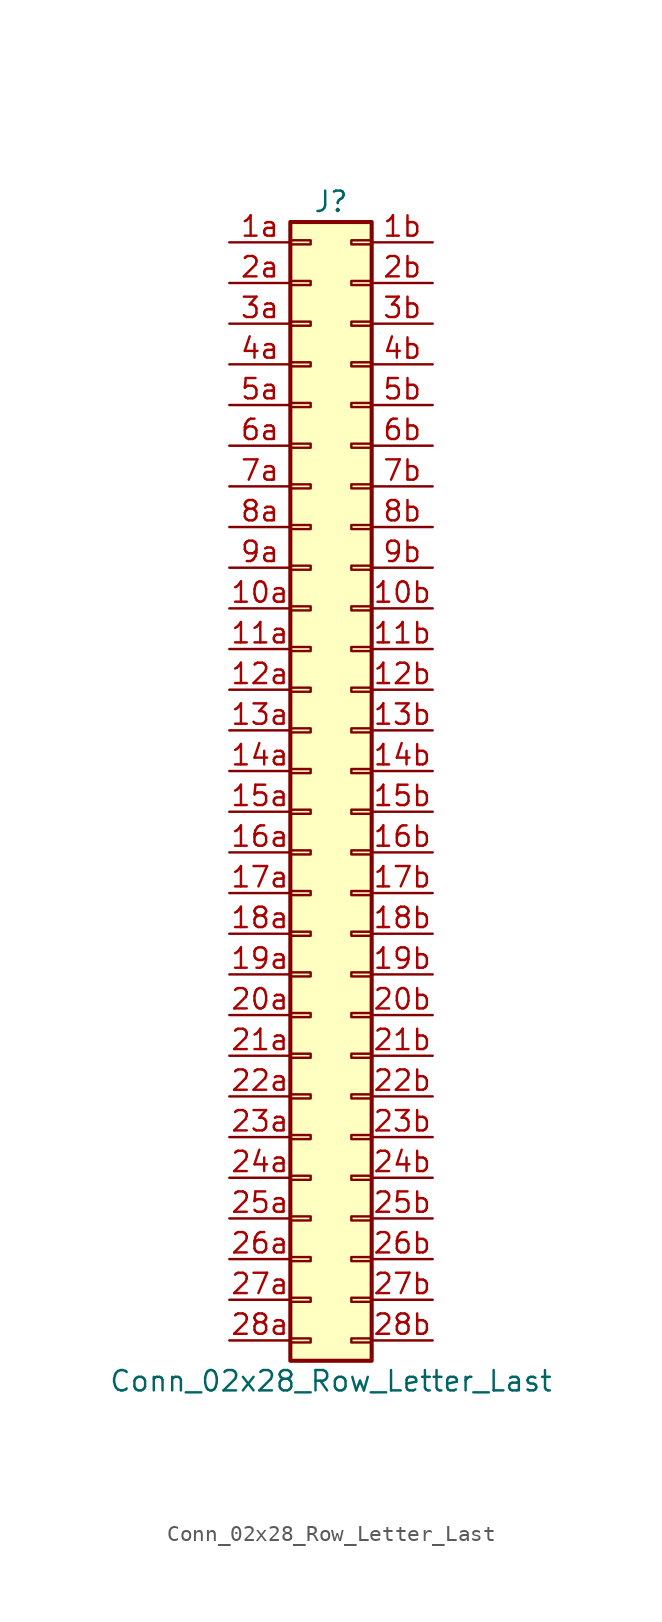
<source format=kicad_sym>
(kicad_symbol_lib
  (version 20211014)
  (generator kicad_symbol_editor)
  (symbol "Conn_02x28_Row_Letter_Last"
    (pin_names
      (offset 1.016) hide)
    (property "Reference" "J"
      (at 1.27 35.56 0)
      (effects (font (size 1.27 1.27))))
    (property "Value" "Conn_02x28_Row_Letter_Last"
      (at 1.27 -38.1 0)
      (effects (font (size 1.27 1.27))))
    (symbol "Conn_02x28_Row_Letter_Last_1_1"
      (rectangle (start -1.27 -35.433) (end 0 -35.687) (stroke (width 0.152) (type default) (color 0 0 0 0)) (fill (type none)))
      (rectangle (start -1.27 -32.893) (end 0 -33.147) (stroke (width 0.152) (type default) (color 0 0 0 0)) (fill (type none)))
      (rectangle (start -1.27 -30.353) (end 0 -30.607) (stroke (width 0.152) (type default) (color 0 0 0 0)) (fill (type none)))
      (rectangle (start -1.27 -27.813) (end 0 -28.067) (stroke (width 0.152) (type default) (color 0 0 0 0)) (fill (type none)))
      (rectangle (start -1.27 -25.273) (end 0 -25.527) (stroke (width 0.152) (type default) (color 0 0 0 0)) (fill (type none)))
      (rectangle (start -1.27 -22.733) (end 0 -22.987) (stroke (width 0.152) (type default) (color 0 0 0 0)) (fill (type none)))
      (rectangle (start -1.27 -20.193) (end 0 -20.447) (stroke (width 0.152) (type default) (color 0 0 0 0)) (fill (type none)))
      (rectangle (start -1.27 -17.653) (end 0 -17.907) (stroke (width 0.152) (type default) (color 0 0 0 0)) (fill (type none)))
      (rectangle (start -1.27 -15.113) (end 0 -15.367) (stroke (width 0.152) (type default) (color 0 0 0 0)) (fill (type none)))
      (rectangle (start -1.27 -12.573) (end 0 -12.827) (stroke (width 0.152) (type default) (color 0 0 0 0)) (fill (type none)))
      (rectangle (start -1.27 -10.033) (end 0 -10.287) (stroke (width 0.152) (type default) (color 0 0 0 0)) (fill (type none)))
      (rectangle (start -1.27 -7.493) (end 0 -7.747) (stroke (width 0.152) (type default) (color 0 0 0 0)) (fill (type none)))
      (rectangle (start -1.27 -4.953) (end 0 -5.207) (stroke (width 0.152) (type default) (color 0 0 0 0)) (fill (type none)))
      (rectangle (start -1.27 -2.413) (end 0 -2.667) (stroke (width 0.152) (type default) (color 0 0 0 0)) (fill (type none)))
      (rectangle (start -1.27 0.127) (end 0 -0.127) (stroke (width 0.152) (type default) (color 0 0 0 0)) (fill (type none)))
      (rectangle (start -1.27 2.667) (end 0 2.413) (stroke (width 0.152) (type default) (color 0 0 0 0)) (fill (type none)))
      (rectangle (start -1.27 5.207) (end 0 4.953) (stroke (width 0.152) (type default) (color 0 0 0 0)) (fill (type none)))
      (rectangle (start -1.27 7.747) (end 0 7.493) (stroke (width 0.152) (type default) (color 0 0 0 0)) (fill (type none)))
      (rectangle (start -1.27 10.287) (end 0 10.033) (stroke (width 0.152) (type default) (color 0 0 0 0)) (fill (type none)))
      (rectangle (start -1.27 12.827) (end 0 12.573) (stroke (width 0.152) (type default) (color 0 0 0 0)) (fill (type none)))
      (rectangle (start -1.27 15.367) (end 0 15.113) (stroke (width 0.152) (type default) (color 0 0 0 0)) (fill (type none)))
      (rectangle (start -1.27 17.907) (end 0 17.653) (stroke (width 0.152) (type default) (color 0 0 0 0)) (fill (type none)))
      (rectangle (start -1.27 20.447) (end 0 20.193) (stroke (width 0.152) (type default) (color 0 0 0 0)) (fill (type none)))
      (rectangle (start -1.27 22.987) (end 0 22.733) (stroke (width 0.152) (type default) (color 0 0 0 0)) (fill (type none)))
      (rectangle (start -1.27 25.527) (end 0 25.273) (stroke (width 0.152) (type default) (color 0 0 0 0)) (fill (type none)))
      (rectangle (start -1.27 28.067) (end 0 27.813) (stroke (width 0.152) (type default) (color 0 0 0 0)) (fill (type none)))
      (rectangle (start -1.27 30.607) (end 0 30.353) (stroke (width 0.152) (type default) (color 0 0 0 0)) (fill (type none)))
      (rectangle (start -1.27 33.147) (end 0 32.893) (stroke (width 0.152) (type default) (color 0 0 0 0)) (fill (type none)))
      (rectangle (start -1.27 34.29) (end 3.81 -36.83) (stroke (width 0.254) (type default) (color 0 0 0 0)) (fill (type background)))
      (rectangle (start 3.81 -35.433) (end 2.54 -35.687) (stroke (width 0.152) (type default) (color 0 0 0 0)) (fill (type none)))
      (rectangle (start 3.81 -32.893) (end 2.54 -33.147) (stroke (width 0.152) (type default) (color 0 0 0 0)) (fill (type none)))
      (rectangle (start 3.81 -30.353) (end 2.54 -30.607) (stroke (width 0.152) (type default) (color 0 0 0 0)) (fill (type none)))
      (rectangle (start 3.81 -27.813) (end 2.54 -28.067) (stroke (width 0.152) (type default) (color 0 0 0 0)) (fill (type none)))
      (rectangle (start 3.81 -25.273) (end 2.54 -25.527) (stroke (width 0.152) (type default) (color 0 0 0 0)) (fill (type none)))
      (rectangle (start 3.81 -22.733) (end 2.54 -22.987) (stroke (width 0.152) (type default) (color 0 0 0 0)) (fill (type none)))
      (rectangle (start 3.81 -20.193) (end 2.54 -20.447) (stroke (width 0.152) (type default) (color 0 0 0 0)) (fill (type none)))
      (rectangle (start 3.81 -17.653) (end 2.54 -17.907) (stroke (width 0.152) (type default) (color 0 0 0 0)) (fill (type none)))
      (rectangle (start 3.81 -15.113) (end 2.54 -15.367) (stroke (width 0.152) (type default) (color 0 0 0 0)) (fill (type none)))
      (rectangle (start 3.81 -12.573) (end 2.54 -12.827) (stroke (width 0.152) (type default) (color 0 0 0 0)) (fill (type none)))
      (rectangle (start 3.81 -10.033) (end 2.54 -10.287) (stroke (width 0.152) (type default) (color 0 0 0 0)) (fill (type none)))
      (rectangle (start 3.81 -7.493) (end 2.54 -7.747) (stroke (width 0.152) (type default) (color 0 0 0 0)) (fill (type none)))
      (rectangle (start 3.81 -4.953) (end 2.54 -5.207) (stroke (width 0.152) (type default) (color 0 0 0 0)) (fill (type none)))
      (rectangle (start 3.81 -2.413) (end 2.54 -2.667) (stroke (width 0.152) (type default) (color 0 0 0 0)) (fill (type none)))
      (rectangle (start 3.81 0.127) (end 2.54 -0.127) (stroke (width 0.152) (type default) (color 0 0 0 0)) (fill (type none)))
      (rectangle (start 3.81 2.667) (end 2.54 2.413) (stroke (width 0.152) (type default) (color 0 0 0 0)) (fill (type none)))
      (rectangle (start 3.81 5.207) (end 2.54 4.953) (stroke (width 0.152) (type default) (color 0 0 0 0)) (fill (type none)))
      (rectangle (start 3.81 7.747) (end 2.54 7.493) (stroke (width 0.152) (type default) (color 0 0 0 0)) (fill (type none)))
      (rectangle (start 3.81 10.287) (end 2.54 10.033) (stroke (width 0.152) (type default) (color 0 0 0 0)) (fill (type none)))
      (rectangle (start 3.81 12.827) (end 2.54 12.573) (stroke (width 0.152) (type default) (color 0 0 0 0)) (fill (type none)))
      (rectangle (start 3.81 15.367) (end 2.54 15.113) (stroke (width 0.152) (type default) (color 0 0 0 0)) (fill (type none)))
      (rectangle (start 3.81 17.907) (end 2.54 17.653) (stroke (width 0.152) (type default) (color 0 0 0 0)) (fill (type none)))
      (rectangle (start 3.81 20.447) (end 2.54 20.193) (stroke (width 0.152) (type default) (color 0 0 0 0)) (fill (type none)))
      (rectangle (start 3.81 22.987) (end 2.54 22.733) (stroke (width 0.152) (type default) (color 0 0 0 0)) (fill (type none)))
      (rectangle (start 3.81 25.527) (end 2.54 25.273) (stroke (width 0.152) (type default) (color 0 0 0 0)) (fill (type none)))
      (rectangle (start 3.81 28.067) (end 2.54 27.813) (stroke (width 0.152) (type default) (color 0 0 0 0)) (fill (type none)))
      (rectangle (start 3.81 30.607) (end 2.54 30.353) (stroke (width 0.152) (type default) (color 0 0 0 0)) (fill (type none)))
      (rectangle (start 3.81 33.147) (end 2.54 32.893) (stroke (width 0.152) (type default) (color 0 0 0 0)) (fill (type none)))
      (pin passive line (at -5.08 10.16 0) (length 3.81) (name "Pin_10a" (effects (font (size 1.27 1.27)))) (number "10a" (effects (font (size 1.27 1.27)))))
      (pin passive line (at 7.62 10.16 180) (length 3.81) (name "Pin_10b" (effects (font (size 1.27 1.27)))) (number "10b" (effects (font (size 1.27 1.27)))))
      (pin passive line (at -5.08 7.62 0) (length 3.81) (name "Pin_11a" (effects (font (size 1.27 1.27)))) (number "11a" (effects (font (size 1.27 1.27)))))
      (pin passive line (at 7.62 7.62 180) (length 3.81) (name "Pin_11b" (effects (font (size 1.27 1.27)))) (number "11b" (effects (font (size 1.27 1.27)))))
      (pin passive line (at -5.08 5.08 0) (length 3.81) (name "Pin_12a" (effects (font (size 1.27 1.27)))) (number "12a" (effects (font (size 1.27 1.27)))))
      (pin passive line (at 7.62 5.08 180) (length 3.81) (name "Pin_12b" (effects (font (size 1.27 1.27)))) (number "12b" (effects (font (size 1.27 1.27)))))
      (pin passive line (at -5.08 2.54 0) (length 3.81) (name "Pin_13a" (effects (font (size 1.27 1.27)))) (number "13a" (effects (font (size 1.27 1.27)))))
      (pin passive line (at 7.62 2.54 180) (length 3.81) (name "Pin_13b" (effects (font (size 1.27 1.27)))) (number "13b" (effects (font (size 1.27 1.27)))))
      (pin passive line (at -5.08 0 0) (length 3.81) (name "Pin_14a" (effects (font (size 1.27 1.27)))) (number "14a" (effects (font (size 1.27 1.27)))))
      (pin passive line (at 7.62 0 180) (length 3.81) (name "Pin_14b" (effects (font (size 1.27 1.27)))) (number "14b" (effects (font (size 1.27 1.27)))))
      (pin passive line (at -5.08 -2.54 0) (length 3.81) (name "Pin_15a" (effects (font (size 1.27 1.27)))) (number "15a" (effects (font (size 1.27 1.27)))))
      (pin passive line (at 7.62 -2.54 180) (length 3.81) (name "Pin_15b" (effects (font (size 1.27 1.27)))) (number "15b" (effects (font (size 1.27 1.27)))))
      (pin passive line (at -5.08 -5.08 0) (length 3.81) (name "Pin_16a" (effects (font (size 1.27 1.27)))) (number "16a" (effects (font (size 1.27 1.27)))))
      (pin passive line (at 7.62 -5.08 180) (length 3.81) (name "Pin_16b" (effects (font (size 1.27 1.27)))) (number "16b" (effects (font (size 1.27 1.27)))))
      (pin passive line (at -5.08 -7.62 0) (length 3.81) (name "Pin_17a" (effects (font (size 1.27 1.27)))) (number "17a" (effects (font (size 1.27 1.27)))))
      (pin passive line (at 7.62 -7.62 180) (length 3.81) (name "Pin_17b" (effects (font (size 1.27 1.27)))) (number "17b" (effects (font (size 1.27 1.27)))))
      (pin passive line (at -5.08 -10.16 0) (length 3.81) (name "Pin_18a" (effects (font (size 1.27 1.27)))) (number "18a" (effects (font (size 1.27 1.27)))))
      (pin passive line (at 7.62 -10.16 180) (length 3.81) (name "Pin_18b" (effects (font (size 1.27 1.27)))) (number "18b" (effects (font (size 1.27 1.27)))))
      (pin passive line (at -5.08 -12.7 0) (length 3.81) (name "Pin_19a" (effects (font (size 1.27 1.27)))) (number "19a" (effects (font (size 1.27 1.27)))))
      (pin passive line (at 7.62 -12.7 180) (length 3.81) (name "Pin_19b" (effects (font (size 1.27 1.27)))) (number "19b" (effects (font (size 1.27 1.27)))))
      (pin passive line (at -5.08 33.02 0) (length 3.81) (name "Pin_1a" (effects (font (size 1.27 1.27)))) (number "1a" (effects (font (size 1.27 1.27)))))
      (pin passive line (at 7.62 33.02 180) (length 3.81) (name "Pin_1b" (effects (font (size 1.27 1.27)))) (number "1b" (effects (font (size 1.27 1.27)))))
      (pin passive line (at -5.08 -15.24 0) (length 3.81) (name "Pin_20a" (effects (font (size 1.27 1.27)))) (number "20a" (effects (font (size 1.27 1.27)))))
      (pin passive line (at 7.62 -15.24 180) (length 3.81) (name "Pin_20b" (effects (font (size 1.27 1.27)))) (number "20b" (effects (font (size 1.27 1.27)))))
      (pin passive line (at -5.08 -17.78 0) (length 3.81) (name "Pin_21a" (effects (font (size 1.27 1.27)))) (number "21a" (effects (font (size 1.27 1.27)))))
      (pin passive line (at 7.62 -17.78 180) (length 3.81) (name "Pin_21b" (effects (font (size 1.27 1.27)))) (number "21b" (effects (font (size 1.27 1.27)))))
      (pin passive line (at -5.08 -20.32 0) (length 3.81) (name "Pin_22a" (effects (font (size 1.27 1.27)))) (number "22a" (effects (font (size 1.27 1.27)))))
      (pin passive line (at 7.62 -20.32 180) (length 3.81) (name "Pin_22b" (effects (font (size 1.27 1.27)))) (number "22b" (effects (font (size 1.27 1.27)))))
      (pin passive line (at -5.08 -22.86 0) (length 3.81) (name "Pin_23a" (effects (font (size 1.27 1.27)))) (number "23a" (effects (font (size 1.27 1.27)))))
      (pin passive line (at 7.62 -22.86 180) (length 3.81) (name "Pin_23b" (effects (font (size 1.27 1.27)))) (number "23b" (effects (font (size 1.27 1.27)))))
      (pin passive line (at -5.08 -25.4 0) (length 3.81) (name "Pin_24a" (effects (font (size 1.27 1.27)))) (number "24a" (effects (font (size 1.27 1.27)))))
      (pin passive line (at 7.62 -25.4 180) (length 3.81) (name "Pin_24b" (effects (font (size 1.27 1.27)))) (number "24b" (effects (font (size 1.27 1.27)))))
      (pin passive line (at -5.08 -27.94 0) (length 3.81) (name "Pin_25a" (effects (font (size 1.27 1.27)))) (number "25a" (effects (font (size 1.27 1.27)))))
      (pin passive line (at 7.62 -27.94 180) (length 3.81) (name "Pin_25b" (effects (font (size 1.27 1.27)))) (number "25b" (effects (font (size 1.27 1.27)))))
      (pin passive line (at -5.08 -30.48 0) (length 3.81) (name "Pin_26a" (effects (font (size 1.27 1.27)))) (number "26a" (effects (font (size 1.27 1.27)))))
      (pin passive line (at 7.62 -30.48 180) (length 3.81) (name "Pin_26b" (effects (font (size 1.27 1.27)))) (number "26b" (effects (font (size 1.27 1.27)))))
      (pin passive line (at -5.08 -33.02 0) (length 3.81) (name "Pin_27a" (effects (font (size 1.27 1.27)))) (number "27a" (effects (font (size 1.27 1.27)))))
      (pin passive line (at 7.62 -33.02 180) (length 3.81) (name "Pin_27b" (effects (font (size 1.27 1.27)))) (number "27b" (effects (font (size 1.27 1.27)))))
      (pin passive line (at -5.08 -35.56 0) (length 3.81) (name "Pin_28a" (effects (font (size 1.27 1.27)))) (number "28a" (effects (font (size 1.27 1.27)))))
      (pin passive line (at 7.62 -35.56 180) (length 3.81) (name "Pin_28b" (effects (font (size 1.27 1.27)))) (number "28b" (effects (font (size 1.27 1.27)))))
      (pin passive line (at -5.08 30.48 0) (length 3.81) (name "Pin_2a" (effects (font (size 1.27 1.27)))) (number "2a" (effects (font (size 1.27 1.27)))))
      (pin passive line (at 7.62 30.48 180) (length 3.81) (name "Pin_2b" (effects (font (size 1.27 1.27)))) (number "2b" (effects (font (size 1.27 1.27)))))
      (pin passive line (at -5.08 27.94 0) (length 3.81) (name "Pin_3a" (effects (font (size 1.27 1.27)))) (number "3a" (effects (font (size 1.27 1.27)))))
      (pin passive line (at 7.62 27.94 180) (length 3.81) (name "Pin_3b" (effects (font (size 1.27 1.27)))) (number "3b" (effects (font (size 1.27 1.27)))))
      (pin passive line (at -5.08 25.4 0) (length 3.81) (name "Pin_4a" (effects (font (size 1.27 1.27)))) (number "4a" (effects (font (size 1.27 1.27)))))
      (pin passive line (at 7.62 25.4 180) (length 3.81) (name "Pin_4b" (effects (font (size 1.27 1.27)))) (number "4b" (effects (font (size 1.27 1.27)))))
      (pin passive line (at -5.08 22.86 0) (length 3.81) (name "Pin_5a" (effects (font (size 1.27 1.27)))) (number "5a" (effects (font (size 1.27 1.27)))))
      (pin passive line (at 7.62 22.86 180) (length 3.81) (name "Pin_5b" (effects (font (size 1.27 1.27)))) (number "5b" (effects (font (size 1.27 1.27)))))
      (pin passive line (at -5.08 20.32 0) (length 3.81) (name "Pin_6a" (effects (font (size 1.27 1.27)))) (number "6a" (effects (font (size 1.27 1.27)))))
      (pin passive line (at 7.62 20.32 180) (length 3.81) (name "Pin_6b" (effects (font (size 1.27 1.27)))) (number "6b" (effects (font (size 1.27 1.27)))))
      (pin passive line (at -5.08 17.78 0) (length 3.81) (name "Pin_7a" (effects (font (size 1.27 1.27)))) (number "7a" (effects (font (size 1.27 1.27)))))
      (pin passive line (at 7.62 17.78 180) (length 3.81) (name "Pin_7b" (effects (font (size 1.27 1.27)))) (number "7b" (effects (font (size 1.27 1.27)))))
      (pin passive line (at -5.08 15.24 0) (length 3.81) (name "Pin_8a" (effects (font (size 1.27 1.27)))) (number "8a" (effects (font (size 1.27 1.27)))))
      (pin passive line (at 7.62 15.24 180) (length 3.81) (name "Pin_8b" (effects (font (size 1.27 1.27)))) (number "8b" (effects (font (size 1.27 1.27)))))
      (pin passive line (at -5.08 12.7 0) (length 3.81) (name "Pin_9a" (effects (font (size 1.27 1.27)))) (number "9a" (effects (font (size 1.27 1.27)))))
      (pin passive line (at 7.62 12.7 180) (length 3.81) (name "Pin_9b" (effects (font (size 1.27 1.27)))) (number "9b" (effects (font (size 1.27 1.27))))))))
</source>
